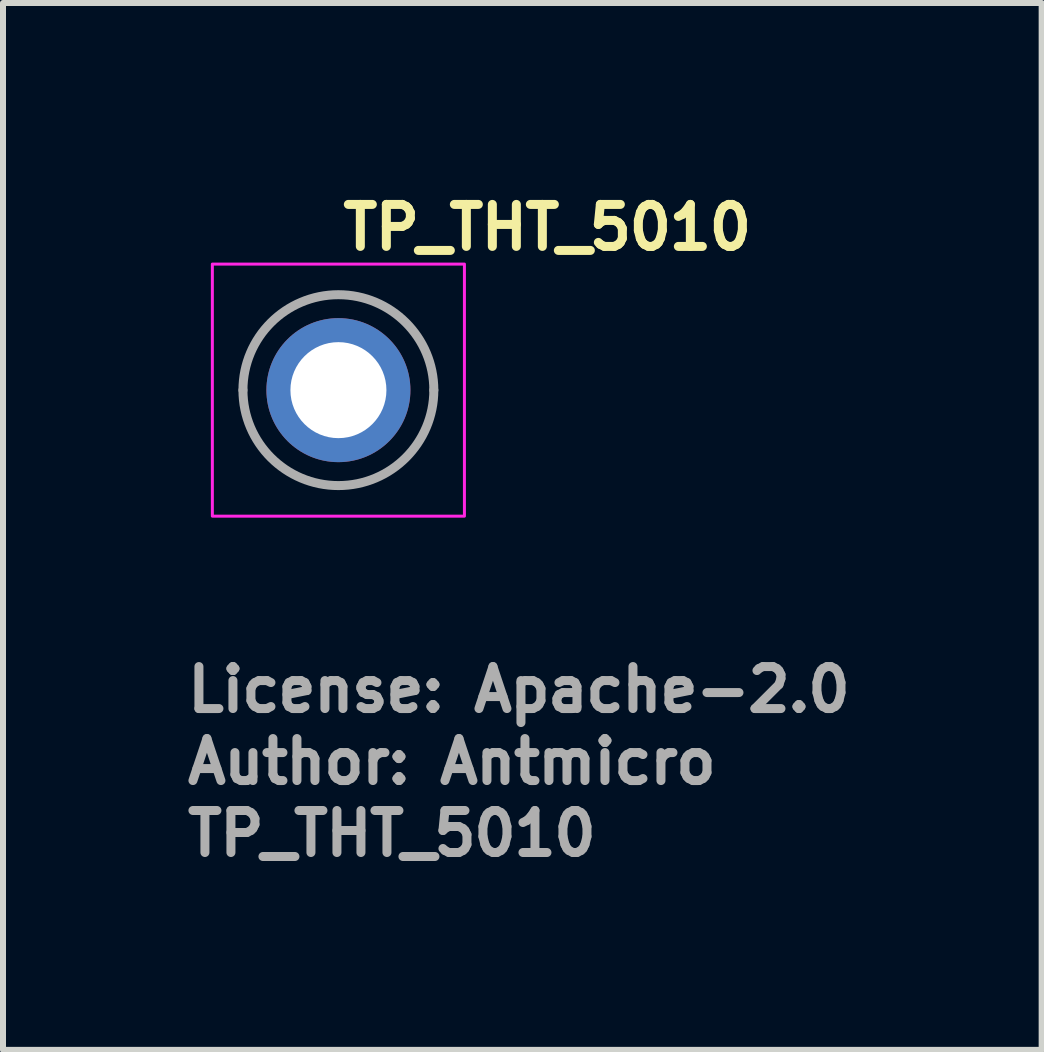
<source format=kicad_pcb>
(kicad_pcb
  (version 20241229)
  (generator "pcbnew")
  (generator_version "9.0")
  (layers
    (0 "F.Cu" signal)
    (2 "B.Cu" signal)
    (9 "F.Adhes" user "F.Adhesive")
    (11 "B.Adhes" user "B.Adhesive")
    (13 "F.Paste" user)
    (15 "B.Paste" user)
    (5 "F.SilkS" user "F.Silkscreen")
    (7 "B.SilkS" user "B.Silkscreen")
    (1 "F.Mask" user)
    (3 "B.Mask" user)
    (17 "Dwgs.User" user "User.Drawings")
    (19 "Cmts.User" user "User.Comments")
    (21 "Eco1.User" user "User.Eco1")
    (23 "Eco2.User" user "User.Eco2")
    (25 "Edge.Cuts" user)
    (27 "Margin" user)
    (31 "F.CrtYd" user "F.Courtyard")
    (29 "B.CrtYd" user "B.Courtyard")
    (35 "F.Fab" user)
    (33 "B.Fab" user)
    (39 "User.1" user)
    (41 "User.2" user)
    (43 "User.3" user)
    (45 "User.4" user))
  (footprint "TP_THT_5010"
    (layer "F.Cu")
    (at 2.59 3.452)
    (property "Reference" "TP_THT_5010" (at 0 -2.302 0) (layer "F.SilkS") (effects (font (size 0.7 0.7) (thickness 0.15)) (justify left bottom)))
    (attr through_hole)
    (fp_rect (start -2.101 -2.101) (end 2.1 2.1) (stroke (width 0.05) (type solid)) (fill no) (layer "F.CrtYd"))
    (fp_arc (start -1.591 0) (mid 0 -1.591) (end 1.59 0) (stroke (width 0.15) (type solid)) (layer "F.Fab"))
    (fp_arc (start 1.59 0) (mid 0 1.59) (end -1.591 0) (stroke (width 0.15) (type solid)) (layer "F.Fab"))
    (fp_rect (start -1.601 -1.601) (end 1.6 1.6) (stroke (width 0.1) (type solid)) (fill no) (layer "User.5"))
    (fp_line (start -1.601 0) (end -1.601 0) (stroke (width 0.02) (type solid)) (layer "User.9"))
    (fp_line (start -1.601 0) (end -1.599 0.082) (stroke (width 0.02) (type solid)) (layer "User.9"))
    (fp_line (start -1.599 -0.084) (end -1.601 0) (stroke (width 0.02) (type solid)) (layer "User.9"))
    (fp_line (start -1.599 0.082) (end -1.593 0.163) (stroke (width 0.02) (type solid)) (layer "User.9"))
    (fp_line (start -1.593 -0.165) (end -1.599 -0.084) (stroke (width 0.02) (type solid)) (layer "User.9"))
    (fp_line (start -1.593 0.163) (end -1.583 0.242) (stroke (width 0.02) (type solid)) (layer "User.9"))
    (fp_line (start -1.583 -0.244) (end -1.593 -0.165) (stroke (width 0.02) (type solid)) (layer "User.9"))
    (fp_line (start -1.583 0.242) (end -1.569 0.322) (stroke (width 0.02) (type solid)) (layer "User.9"))
    (fp_line (start -1.569 -0.324) (end -1.583 -0.244) (stroke (width 0.02) (type solid)) (layer "User.9"))
    (fp_line (start -1.569 0.322) (end -1.551 0.399) (stroke (width 0.02) (type solid)) (layer "User.9"))
    (fp_line (start -1.551 -0.401) (end -1.569 -0.324) (stroke (width 0.02) (type solid)) (layer "User.9"))
    (fp_line (start -1.551 0.399) (end -1.53 0.475) (stroke (width 0.02) (type solid)) (layer "User.9"))
    (fp_line (start -1.53 -0.477) (end -1.551 -0.401) (stroke (width 0.02) (type solid)) (layer "User.9"))
    (fp_line (start -1.53 0.475) (end -1.504 0.55) (stroke (width 0.02) (type solid)) (layer "User.9"))
    (fp_line (start -1.504 -0.552) (end -1.53 -0.477) (stroke (width 0.02) (type solid)) (layer "User.9"))
    (fp_line (start -1.504 0.55) (end -1.476 0.621) (stroke (width 0.02) (type solid)) (layer "User.9"))
    (fp_line (start -1.476 -0.623) (end -1.504 -0.552) (stroke (width 0.02) (type solid)) (layer "User.9"))
    (fp_line (start -1.476 0.621) (end -1.444 0.693) (stroke (width 0.02) (type solid)) (layer "User.9"))
    (fp_line (start -1.444 -0.695) (end -1.476 -0.623) (stroke (width 0.02) (type solid)) (layer "User.9"))
    (fp_line (start -1.444 0.693) (end -1.407 0.761) (stroke (width 0.02) (type solid)) (layer "User.9"))
    (fp_line (start -1.407 -0.763) (end -1.444 -0.695) (stroke (width 0.02) (type solid)) (layer "User.9"))
    (fp_line (start -1.407 0.761) (end -1.369 0.829) (stroke (width 0.02) (type solid)) (layer "User.9"))
    (fp_line (start -1.369 -0.831) (end -1.407 -0.763) (stroke (width 0.02) (type solid)) (layer "User.9"))
    (fp_line (start -1.369 0.829) (end -1.327 0.893) (stroke (width 0.02) (type solid)) (layer "User.9"))
    (fp_line (start -1.327 -0.895) (end -1.369 -0.831) (stroke (width 0.02) (type solid)) (layer "User.9"))
    (fp_line (start -1.327 0.248) (end -1.327 -0.25) (stroke (width 0.02) (type solid)) (layer "User.9"))
    (fp_line (start -1.327 0.893) (end -1.283 0.957) (stroke (width 0.02) (type solid)) (layer "User.9"))
    (fp_line (start -1.319 -0.25) (end -1.327 -0.25) (stroke (width 0.02) (type solid)) (layer "User.9"))
    (fp_line (start -1.319 -0.25) (end -1.319 -0.25) (stroke (width 0.02) (type solid)) (layer "User.9"))
    (fp_line (start -1.319 0.248) (end -1.327 0.248) (stroke (width 0.02) (type solid)) (layer "User.9"))
    (fp_line (start -1.319 0.248) (end -1.319 0.248) (stroke (width 0.02) (type solid)) (layer "User.9"))
    (fp_line (start -1.299 -0.25) (end -1.319 -0.25) (stroke (width 0.02) (type solid)) (layer "User.9"))
    (fp_line (start -1.299 -0.25) (end -1.299 -0.25) (stroke (width 0.02) (type solid)) (layer "User.9"))
    (fp_line (start -1.299 0.248) (end -1.319 0.248) (stroke (width 0.02) (type solid)) (layer "User.9"))
    (fp_line (start -1.299 0.248) (end -1.299 0.248) (stroke (width 0.02) (type solid)) (layer "User.9"))
    (fp_line (start -1.283 -0.959) (end -1.327 -0.895) (stroke (width 0.02) (type solid)) (layer "User.9"))
    (fp_line (start -1.283 0.957) (end -1.236 1.017) (stroke (width 0.02) (type solid)) (layer "User.9"))
    (fp_line (start -1.264 -0.25) (end -1.299 -0.25) (stroke (width 0.02) (type solid)) (layer "User.9"))
    (fp_line (start -1.264 -0.25) (end -1.264 -0.25) (stroke (width 0.02) (type solid)) (layer "User.9"))
    (fp_line (start -1.264 0.248) (end -1.299 0.248) (stroke (width 0.02) (type solid)) (layer "User.9"))
    (fp_line (start -1.264 0.248) (end -1.264 0.248) (stroke (width 0.02) (type solid)) (layer "User.9"))
    (fp_line (start -1.236 -1.018) (end -1.283 -0.959) (stroke (width 0.02) (type solid)) (layer "User.9"))
    (fp_line (start -1.236 1.017) (end -1.186 1.074) (stroke (width 0.02) (type solid)) (layer "User.9"))
    (fp_line (start -1.216 -0.25) (end -1.264 -0.25) (stroke (width 0.02) (type solid)) (layer "User.9"))
    (fp_line (start -1.216 -0.25) (end -1.216 -0.25) (stroke (width 0.02) (type solid)) (layer "User.9"))
    (fp_line (start -1.216 0.248) (end -1.264 0.248) (stroke (width 0.02) (type solid)) (layer "User.9"))
    (fp_line (start -1.216 0.248) (end -1.216 0.248) (stroke (width 0.02) (type solid)) (layer "User.9"))
    (fp_line (start -1.186 -1.077) (end -1.236 -1.018) (stroke (width 0.02) (type solid)) (layer "User.9"))
    (fp_line (start -1.186 1.074) (end -1.133 1.13) (stroke (width 0.02) (type solid)) (layer "User.9"))
    (fp_line (start -1.154 -0.25) (end -1.216 -0.25) (stroke (width 0.02) (type solid)) (layer "User.9"))
    (fp_line (start -1.154 -0.25) (end -1.154 -0.25) (stroke (width 0.02) (type solid)) (layer "User.9"))
    (fp_line (start -1.154 0.248) (end -1.216 0.248) (stroke (width 0.02) (type solid)) (layer "User.9"))
    (fp_line (start -1.154 0.248) (end -1.154 0.248) (stroke (width 0.02) (type solid)) (layer "User.9"))
    (fp_line (start -1.133 -1.133) (end -1.186 -1.077) (stroke (width 0.02) (type solid)) (layer "User.9"))
    (fp_line (start -1.133 1.13) (end -1.077 1.183) (stroke (width 0.02) (type solid)) (layer "User.9"))
    (fp_line (start -1.083 -0.25) (end -1.154 -0.25) (stroke (width 0.02) (type solid)) (layer "User.9"))
    (fp_line (start -1.083 -0.25) (end -1.083 -0.25) (stroke (width 0.02) (type solid)) (layer "User.9"))
    (fp_line (start -1.083 0.248) (end -1.154 0.248) (stroke (width 0.02) (type solid)) (layer "User.9"))
    (fp_line (start -1.083 0.248) (end -1.083 0.248) (stroke (width 0.02) (type solid)) (layer "User.9"))
    (fp_line (start -1.077 -1.186) (end -1.133 -1.133) (stroke (width 0.02) (type solid)) (layer "User.9"))
    (fp_line (start -1.077 1.183) (end -1.018 1.233) (stroke (width 0.02) (type solid)) (layer "User.9"))
    (fp_line (start -1.018 -1.236) (end -1.077 -1.186) (stroke (width 0.02) (type solid)) (layer "User.9"))
    (fp_line (start -1.018 1.233) (end -0.959 1.282) (stroke (width 0.02) (type solid)) (layer "User.9"))
    (fp_line (start -0.998 -0.25) (end -1.083 -0.25) (stroke (width 0.02) (type solid)) (layer "User.9"))
    (fp_line (start -0.998 -0.25) (end -0.998 -0.25) (stroke (width 0.02) (type solid)) (layer "User.9"))
    (fp_line (start -0.998 0.248) (end -1.083 0.248) (stroke (width 0.02) (type solid)) (layer "User.9"))
    (fp_line (start -0.998 0.248) (end -0.998 0.248) (stroke (width 0.02) (type solid)) (layer "User.9"))
    (fp_line (start -0.959 -1.283) (end -1.018 -1.236) (stroke (width 0.02) (type solid)) (layer "User.9"))
    (fp_line (start -0.959 1.282) (end -0.895 1.326) (stroke (width 0.02) (type solid)) (layer "User.9"))
    (fp_line (start -0.905 -0.25) (end -0.998 -0.25) (stroke (width 0.02) (type solid)) (layer "User.9"))
    (fp_line (start -0.905 -0.25) (end -0.905 -0.25) (stroke (width 0.02) (type solid)) (layer "User.9"))
    (fp_line (start -0.905 0.248) (end -0.998 0.248) (stroke (width 0.02) (type solid)) (layer "User.9"))
    (fp_line (start -0.905 0.248) (end -0.905 0.248) (stroke (width 0.02) (type solid)) (layer "User.9"))
    (fp_line (start -0.895 -1.327) (end -0.959 -1.283) (stroke (width 0.02) (type solid)) (layer "User.9"))
    (fp_line (start -0.895 1.326) (end -0.831 1.368) (stroke (width 0.02) (type solid)) (layer "User.9"))
    (fp_line (start -0.831 -1.369) (end -0.895 -1.327) (stroke (width 0.02) (type solid)) (layer "User.9"))
    (fp_line (start -0.831 1.368) (end -0.763 1.406) (stroke (width 0.02) (type solid)) (layer "User.9"))
    (fp_line (start -0.803 -0.25) (end -0.905 -0.25) (stroke (width 0.02) (type solid)) (layer "User.9"))
    (fp_line (start -0.803 -0.25) (end -0.803 -0.25) (stroke (width 0.02) (type solid)) (layer "User.9"))
    (fp_line (start -0.803 0.248) (end -0.905 0.248) (stroke (width 0.02) (type solid)) (layer "User.9"))
    (fp_line (start -0.803 0.248) (end -0.803 0.248) (stroke (width 0.02) (type solid)) (layer "User.9"))
    (fp_line (start -0.763 -1.407) (end -0.831 -1.369) (stroke (width 0.02) (type solid)) (layer "User.9"))
    (fp_line (start -0.763 1.406) (end -0.695 1.441) (stroke (width 0.02) (type solid)) (layer "User.9"))
    (fp_line (start -0.695 -1.444) (end -0.763 -1.407) (stroke (width 0.02) (type solid)) (layer "User.9"))
    (fp_line (start -0.695 1.441) (end -0.623 1.473) (stroke (width 0.02) (type solid)) (layer "User.9"))
    (fp_line (start -0.623 -1.476) (end -0.695 -1.444) (stroke (width 0.02) (type solid)) (layer "User.9"))
    (fp_line (start -0.623 1.473) (end -0.552 1.501) (stroke (width 0.02) (type solid)) (layer "User.9"))
    (fp_line (start -0.577 -0.25) (end -0.803 -0.25) (stroke (width 0.02) (type solid)) (layer "User.9"))
    (fp_line (start -0.577 -0.25) (end -0.577 -0.25) (stroke (width 0.02) (type solid)) (layer "User.9"))
    (fp_line (start -0.577 0.248) (end -0.803 0.248) (stroke (width 0.02) (type solid)) (layer "User.9"))
    (fp_line (start -0.577 0.248) (end -0.577 0.248) (stroke (width 0.02) (type solid)) (layer "User.9"))
    (fp_line (start -0.552 -1.504) (end -0.623 -1.476) (stroke (width 0.02) (type solid)) (layer "User.9"))
    (fp_line (start -0.552 1.501) (end -0.477 1.527) (stroke (width 0.02) (type solid)) (layer "User.9"))
    (fp_line (start -0.477 -1.53) (end -0.552 -1.504) (stroke (width 0.02) (type solid)) (layer "User.9"))
    (fp_line (start -0.477 1.527) (end -0.401 1.548) (stroke (width 0.02) (type solid)) (layer "User.9"))
    (fp_line (start -0.401 -1.551) (end -0.477 -1.53) (stroke (width 0.02) (type solid)) (layer "User.9"))
    (fp_line (start -0.401 1.548) (end -0.324 1.566) (stroke (width 0.02) (type solid)) (layer "User.9"))
    (fp_line (start -0.324 -1.569) (end -0.401 -1.551) (stroke (width 0.02) (type solid)) (layer "User.9"))
    (fp_line (start -0.324 1.566) (end -0.244 1.58) (stroke (width 0.02) (type solid)) (layer "User.9"))
    (fp_line (start -0.244 -1.583) (end -0.324 -1.569) (stroke (width 0.02) (type solid)) (layer "User.9"))
    (fp_line (start -0.244 1.58) (end -0.165 1.59) (stroke (width 0.02) (type solid)) (layer "User.9"))
    (fp_line (start -0.206 -0.25) (end -0.577 -0.25) (stroke (width 0.02) (type solid)) (layer "User.9"))
    (fp_line (start -0.206 0.248) (end -0.577 0.248) (stroke (width 0.02) (type solid)) (layer "User.9"))
    (fp_line (start -0.165 -1.593) (end -0.244 -1.583) (stroke (width 0.02) (type solid)) (layer "User.9"))
    (fp_line (start -0.165 1.59) (end -0.084 1.596) (stroke (width 0.02) (type solid)) (layer "User.9"))
    (fp_line (start -0.084 -1.599) (end -0.165 -1.593) (stroke (width 0.02) (type solid)) (layer "User.9"))
    (fp_line (start -0.084 1.596) (end 0 1.6) (stroke (width 0.02) (type solid)) (layer "User.9"))
    (fp_line (start 0 -1.601) (end -0.084 -1.599) (stroke (width 0.02) (type solid)) (layer "User.9"))
    (fp_line (start 0 -1.601) (end 0 -1.601) (stroke (width 0.02) (type solid)) (layer "User.9"))
    (fp_line (start 0 1.6) (end 0 1.6) (stroke (width 0.02) (type solid)) (layer "User.9"))
    (fp_line (start 0 1.6) (end 0.082 1.596) (stroke (width 0.02) (type solid)) (layer "User.9"))
    (fp_line (start 0.082 -1.599) (end 0 -1.601) (stroke (width 0.02) (type solid)) (layer "User.9"))
    (fp_line (start 0.082 1.596) (end 0.163 1.59) (stroke (width 0.02) (type solid)) (layer "User.9"))
    (fp_line (start 0.163 -1.593) (end 0.082 -1.599) (stroke (width 0.02) (type solid)) (layer "User.9"))
    (fp_line (start 0.163 1.59) (end 0.242 1.58) (stroke (width 0.02) (type solid)) (layer "User.9"))
    (fp_line (start 0.204 -0.25) (end -0.206 -0.25) (stroke (width 0.02) (type solid)) (layer "User.9"))
    (fp_line (start 0.204 0.248) (end -0.206 0.248) (stroke (width 0.02) (type solid)) (layer "User.9"))
    (fp_line (start 0.242 -1.583) (end 0.163 -1.593) (stroke (width 0.02) (type solid)) (layer "User.9"))
    (fp_line (start 0.242 1.58) (end 0.322 1.566) (stroke (width 0.02) (type solid)) (layer "User.9"))
    (fp_line (start 0.322 -1.569) (end 0.242 -1.583) (stroke (width 0.02) (type solid)) (layer "User.9"))
    (fp_line (start 0.322 1.566) (end 0.399 1.548) (stroke (width 0.02) (type solid)) (layer "User.9"))
    (fp_line (start 0.399 -1.551) (end 0.322 -1.569) (stroke (width 0.02) (type solid)) (layer "User.9"))
    (fp_line (start 0.399 1.548) (end 0.475 1.527) (stroke (width 0.02) (type solid)) (layer "User.9"))
    (fp_line (start 0.475 -1.53) (end 0.399 -1.551) (stroke (width 0.02) (type solid)) (layer "User.9"))
    (fp_line (start 0.475 1.527) (end 0.55 1.501) (stroke (width 0.02) (type solid)) (layer "User.9"))
    (fp_line (start 0.55 -1.504) (end 0.475 -1.53) (stroke (width 0.02) (type solid)) (layer "User.9"))
    (fp_line (start 0.55 1.501) (end 0.621 1.473) (stroke (width 0.02) (type solid)) (layer "User.9"))
    (fp_line (start 0.621 -1.476) (end 0.55 -1.504) (stroke (width 0.02) (type solid)) (layer "User.9"))
    (fp_line (start 0.621 1.473) (end 0.693 1.441) (stroke (width 0.02) (type solid)) (layer "User.9"))
    (fp_line (start 0.691 -0.25) (end 0.204 -0.25) (stroke (width 0.02) (type solid)) (layer "User.9"))
    (fp_line (start 0.691 -0.25) (end 0.691 -0.25) (stroke (width 0.02) (type solid)) (layer "User.9"))
    (fp_line (start 0.691 0.248) (end 0.204 0.248) (stroke (width 0.02) (type solid)) (layer "User.9"))
    (fp_line (start 0.691 0.248) (end 0.691 0.248) (stroke (width 0.02) (type solid)) (layer "User.9"))
    (fp_line (start 0.693 -1.444) (end 0.621 -1.476) (stroke (width 0.02) (type solid)) (layer "User.9"))
    (fp_line (start 0.693 1.441) (end 0.761 1.406) (stroke (width 0.02) (type solid)) (layer "User.9"))
    (fp_line (start 0.761 -1.407) (end 0.693 -1.444) (stroke (width 0.02) (type solid)) (layer "User.9"))
    (fp_line (start 0.761 1.406) (end 0.829 1.368) (stroke (width 0.02) (type solid)) (layer "User.9"))
    (fp_line (start 0.829 -1.369) (end 0.761 -1.407) (stroke (width 0.02) (type solid)) (layer "User.9"))
    (fp_line (start 0.829 1.368) (end 0.893 1.326) (stroke (width 0.02) (type solid)) (layer "User.9"))
    (fp_line (start 0.893 -1.327) (end 0.829 -1.369) (stroke (width 0.02) (type solid)) (layer "User.9"))
    (fp_line (start 0.893 1.326) (end 0.957 1.282) (stroke (width 0.02) (type solid)) (layer "User.9"))
    (fp_line (start 0.903 -0.25) (end 0.691 -0.25) (stroke (width 0.02) (type solid)) (layer "User.9"))
    (fp_line (start 0.903 -0.25) (end 0.903 -0.25) (stroke (width 0.02) (type solid)) (layer "User.9"))
    (fp_line (start 0.903 0.248) (end 0.691 0.248) (stroke (width 0.02) (type solid)) (layer "User.9"))
    (fp_line (start 0.903 0.248) (end 0.903 0.248) (stroke (width 0.02) (type solid)) (layer "User.9"))
    (fp_line (start 0.957 -1.283) (end 0.893 -1.327) (stroke (width 0.02) (type solid)) (layer "User.9"))
    (fp_line (start 0.957 1.282) (end 1.017 1.233) (stroke (width 0.02) (type solid)) (layer "User.9"))
    (fp_line (start 0.996 -0.25) (end 0.903 -0.25) (stroke (width 0.02) (type solid)) (layer "User.9"))
    (fp_line (start 0.996 -0.25) (end 0.996 -0.25) (stroke (width 0.02) (type solid)) (layer "User.9"))
    (fp_line (start 0.996 0.248) (end 0.903 0.248) (stroke (width 0.02) (type solid)) (layer "User.9"))
    (fp_line (start 0.996 0.248) (end 0.996 0.248) (stroke (width 0.02) (type solid)) (layer "User.9"))
    (fp_line (start 1.017 -1.236) (end 0.957 -1.283) (stroke (width 0.02) (type solid)) (layer "User.9"))
    (fp_line (start 1.017 1.233) (end 1.074 1.183) (stroke (width 0.02) (type solid)) (layer "User.9"))
    (fp_line (start 1.074 -1.186) (end 1.017 -1.236) (stroke (width 0.02) (type solid)) (layer "User.9"))
    (fp_line (start 1.074 1.183) (end 1.13 1.13) (stroke (width 0.02) (type solid)) (layer "User.9"))
    (fp_line (start 1.08 -0.25) (end 0.996 -0.25) (stroke (width 0.02) (type solid)) (layer "User.9"))
    (fp_line (start 1.08 -0.25) (end 1.08 -0.25) (stroke (width 0.02) (type solid)) (layer "User.9"))
    (fp_line (start 1.08 0.248) (end 0.996 0.248) (stroke (width 0.02) (type solid)) (layer "User.9"))
    (fp_line (start 1.08 0.248) (end 1.08 0.248) (stroke (width 0.02) (type solid)) (layer "User.9"))
    (fp_line (start 1.13 -1.133) (end 1.074 -1.186) (stroke (width 0.02) (type solid)) (layer "User.9"))
    (fp_line (start 1.13 1.13) (end 1.183 1.074) (stroke (width 0.02) (type solid)) (layer "User.9"))
    (fp_line (start 1.153 -0.25) (end 1.08 -0.25) (stroke (width 0.02) (type solid)) (layer "User.9"))
    (fp_line (start 1.153 -0.25) (end 1.153 -0.25) (stroke (width 0.02) (type solid)) (layer "User.9"))
    (fp_line (start 1.153 0.248) (end 1.08 0.248) (stroke (width 0.02) (type solid)) (layer "User.9"))
    (fp_line (start 1.153 0.248) (end 1.153 0.248) (stroke (width 0.02) (type solid)) (layer "User.9"))
    (fp_line (start 1.183 -1.077) (end 1.13 -1.133) (stroke (width 0.02) (type solid)) (layer "User.9"))
    (fp_line (start 1.183 1.074) (end 1.233 1.017) (stroke (width 0.02) (type solid)) (layer "User.9"))
    (fp_line (start 1.213 -0.25) (end 1.153 -0.25) (stroke (width 0.02) (type solid)) (layer "User.9"))
    (fp_line (start 1.213 -0.25) (end 1.213 -0.25) (stroke (width 0.02) (type solid)) (layer "User.9"))
    (fp_line (start 1.213 0.248) (end 1.153 0.248) (stroke (width 0.02) (type solid)) (layer "User.9"))
    (fp_line (start 1.213 0.248) (end 1.213 0.248) (stroke (width 0.02) (type solid)) (layer "User.9"))
    (fp_line (start 1.233 -1.018) (end 1.183 -1.077) (stroke (width 0.02) (type solid)) (layer "User.9"))
    (fp_line (start 1.233 1.017) (end 1.282 0.957) (stroke (width 0.02) (type solid)) (layer "User.9"))
    (fp_line (start 1.261 -0.25) (end 1.213 -0.25) (stroke (width 0.02) (type solid)) (layer "User.9"))
    (fp_line (start 1.261 -0.25) (end 1.261 -0.25) (stroke (width 0.02) (type solid)) (layer "User.9"))
    (fp_line (start 1.261 0.248) (end 1.213 0.248) (stroke (width 0.02) (type solid)) (layer "User.9"))
    (fp_line (start 1.261 0.248) (end 1.261 0.248) (stroke (width 0.02) (type solid)) (layer "User.9"))
    (fp_line (start 1.282 -0.959) (end 1.233 -1.018) (stroke (width 0.02) (type solid)) (layer "User.9"))
    (fp_line (start 1.282 0.957) (end 1.326 0.893) (stroke (width 0.02) (type solid)) (layer "User.9"))
    (fp_line (start 1.296 -0.25) (end 1.261 -0.25) (stroke (width 0.02) (type solid)) (layer "User.9"))
    (fp_line (start 1.296 -0.25) (end 1.296 -0.25) (stroke (width 0.02) (type solid)) (layer "User.9"))
    (fp_line (start 1.296 0.248) (end 1.261 0.248) (stroke (width 0.02) (type solid)) (layer "User.9"))
    (fp_line (start 1.296 0.248) (end 1.296 0.248) (stroke (width 0.02) (type solid)) (layer "User.9"))
    (fp_line (start 1.318 -0.25) (end 1.296 -0.25) (stroke (width 0.02) (type solid)) (layer "User.9"))
    (fp_line (start 1.318 -0.25) (end 1.318 -0.25) (stroke (width 0.02) (type solid)) (layer "User.9"))
    (fp_line (start 1.318 0.248) (end 1.296 0.248) (stroke (width 0.02) (type solid)) (layer "User.9"))
    (fp_line (start 1.318 0.248) (end 1.318 0.248) (stroke (width 0.02) (type solid)) (layer "User.9"))
    (fp_line (start 1.324 -0.25) (end 1.318 -0.25) (stroke (width 0.02) (type solid)) (layer "User.9"))
    (fp_line (start 1.324 0.248) (end 1.318 0.248) (stroke (width 0.02) (type solid)) (layer "User.9"))
    (fp_line (start 1.324 0.248) (end 1.324 -0.25) (stroke (width 0.02) (type solid)) (layer "User.9"))
    (fp_line (start 1.326 -0.895) (end 1.282 -0.959) (stroke (width 0.02) (type solid)) (layer "User.9"))
    (fp_line (start 1.326 0.893) (end 1.368 0.829) (stroke (width 0.02) (type solid)) (layer "User.9"))
    (fp_line (start 1.368 -0.831) (end 1.326 -0.895) (stroke (width 0.02) (type solid)) (layer "User.9"))
    (fp_line (start 1.368 0.829) (end 1.406 0.761) (stroke (width 0.02) (type solid)) (layer "User.9"))
    (fp_line (start 1.406 -0.763) (end 1.368 -0.831) (stroke (width 0.02) (type solid)) (layer "User.9"))
    (fp_line (start 1.406 0.761) (end 1.441 0.693) (stroke (width 0.02) (type solid)) (layer "User.9"))
    (fp_line (start 1.441 -0.695) (end 1.406 -0.763) (stroke (width 0.02) (type solid)) (layer "User.9"))
    (fp_line (start 1.441 0.693) (end 1.473 0.621) (stroke (width 0.02) (type solid)) (layer "User.9"))
    (fp_line (start 1.473 -0.623) (end 1.441 -0.695) (stroke (width 0.02) (type solid)) (layer "User.9"))
    (fp_line (start 1.473 0.621) (end 1.501 0.55) (stroke (width 0.02) (type solid)) (layer "User.9"))
    (fp_line (start 1.501 -0.552) (end 1.473 -0.623) (stroke (width 0.02) (type solid)) (layer "User.9"))
    (fp_line (start 1.501 0.55) (end 1.527 0.475) (stroke (width 0.02) (type solid)) (layer "User.9"))
    (fp_line (start 1.527 -0.477) (end 1.501 -0.552) (stroke (width 0.02) (type solid)) (layer "User.9"))
    (fp_line (start 1.527 0.475) (end 1.548 0.399) (stroke (width 0.02) (type solid)) (layer "User.9"))
    (fp_line (start 1.548 -0.401) (end 1.527 -0.477) (stroke (width 0.02) (type solid)) (layer "User.9"))
    (fp_line (start 1.548 0.399) (end 1.566 0.322) (stroke (width 0.02) (type solid)) (layer "User.9"))
    (fp_line (start 1.566 -0.324) (end 1.548 -0.401) (stroke (width 0.02) (type solid)) (layer "User.9"))
    (fp_line (start 1.566 0.322) (end 1.58 0.242) (stroke (width 0.02) (type solid)) (layer "User.9"))
    (fp_line (start 1.58 -0.244) (end 1.566 -0.324) (stroke (width 0.02) (type solid)) (layer "User.9"))
    (fp_line (start 1.58 0.242) (end 1.59 0.163) (stroke (width 0.02) (type solid)) (layer "User.9"))
    (fp_line (start 1.59 -0.165) (end 1.58 -0.244) (stroke (width 0.02) (type solid)) (layer "User.9"))
    (fp_line (start 1.59 0.163) (end 1.596 0.082) (stroke (width 0.02) (type solid)) (layer "User.9"))
    (fp_line (start 1.596 -0.084) (end 1.59 -0.165) (stroke (width 0.02) (type solid)) (layer "User.9"))
    (fp_line (start 1.596 0.082) (end 1.6 0) (stroke (width 0.02) (type solid)) (layer "User.9"))
    (fp_line (start 1.6 0) (end 1.596 -0.084) (stroke (width 0.02) (type solid)) (layer "User.9"))
    (fp_line (start 1.6 0) (end 1.6 0) (stroke (width 0.02) (type solid)) (layer "User.9"))
    (fp_line (start 1.6 0) (end 1.6 0) (stroke (width 0.02) (type solid)) (layer "User.9"))
    (fp_text user "Author: Antmicro" (at -2.59 6.6 0) (layer "F.Fab") (effects (font (size 0.7 0.7) (thickness 0.15)) (justify left bottom)))
    (fp_text user "License: Apache-2.0" (at -2.59 5.4 0) (layer "F.Fab") (effects (font (size 0.7 0.7) (thickness 0.15)) (justify left bottom)))
    (fp_text user "${REFERENCE}" (at -2.59 7.799 0) (layer "F.Fab") (effects (font (size 0.7 0.7) (thickness 0.15)) (justify left bottom)))
    (pad "1" thru_hole circle (at 0 0) (size 2.4 2.4) (drill 1.6) (layers "*.Cu" "*.Mask")))
  (gr_rect
    (start -3 -3)
    (end 14.31 14.447)
    (stroke (width 0.1) (type default))
    (fill no)
    (layer "Edge.Cuts")))
</source>
